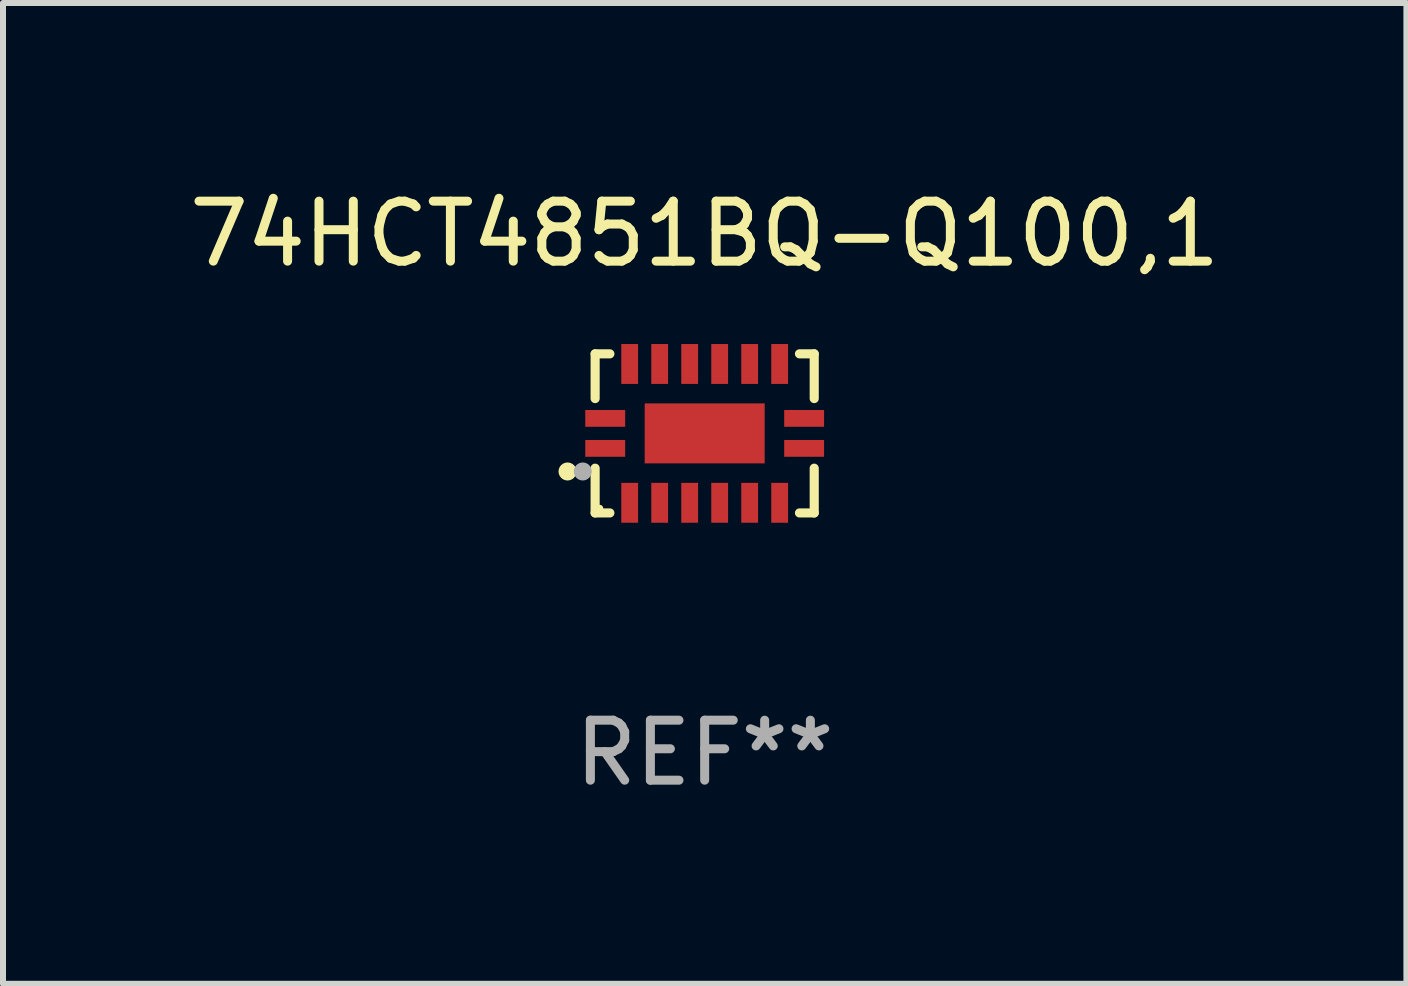
<source format=kicad_pcb>
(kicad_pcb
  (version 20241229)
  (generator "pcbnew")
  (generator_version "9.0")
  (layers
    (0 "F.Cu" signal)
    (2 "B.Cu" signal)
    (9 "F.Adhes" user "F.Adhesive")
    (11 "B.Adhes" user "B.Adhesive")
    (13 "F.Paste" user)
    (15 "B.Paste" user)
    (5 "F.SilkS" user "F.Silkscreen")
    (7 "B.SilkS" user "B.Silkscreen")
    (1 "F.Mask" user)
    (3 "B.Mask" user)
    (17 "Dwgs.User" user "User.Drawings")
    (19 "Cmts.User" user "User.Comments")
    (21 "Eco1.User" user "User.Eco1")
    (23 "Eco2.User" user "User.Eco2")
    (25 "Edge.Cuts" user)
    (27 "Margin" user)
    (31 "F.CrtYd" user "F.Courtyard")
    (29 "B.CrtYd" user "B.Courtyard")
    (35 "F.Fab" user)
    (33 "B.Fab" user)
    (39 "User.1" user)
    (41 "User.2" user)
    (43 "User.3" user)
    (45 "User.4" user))
  (footprint "74HCT4851BQ-Q100,1"
    (layer "F.Cu")
    (at 8.696 4.174)
    (property "Reference" "74HCT4851BQ-Q100,1" (at 0 -3.326 0) (layer "F.SilkS") (effects (font (size 1 1) (thickness 0.15))))
    (attr through_hole)
    (fp_line (start -1.826 -1.326) (end -1.58 -1.326) (stroke (width 0.152) (type solid)) (layer "F.SilkS"))
    (fp_line (start -1.826 -0.58) (end -1.826 -1.326) (stroke (width 0.152) (type solid)) (layer "F.SilkS"))
    (fp_line (start -1.826 0.58) (end -1.826 1.326) (stroke (width 0.152) (type solid)) (layer "F.SilkS"))
    (fp_line (start -1.826 1.326) (end -1.58 1.326) (stroke (width 0.152) (type solid)) (layer "F.SilkS"))
    (fp_line (start 1.826 -1.326) (end 1.58 -1.326) (stroke (width 0.152) (type solid)) (layer "F.SilkS"))
    (fp_line (start 1.826 -0.58) (end 1.826 -1.326) (stroke (width 0.152) (type solid)) (layer "F.SilkS"))
    (fp_line (start 1.826 0.58) (end 1.826 1.326) (stroke (width 0.152) (type solid)) (layer "F.SilkS"))
    (fp_line (start 1.826 1.326) (end 1.58 1.326) (stroke (width 0.152) (type solid)) (layer "F.SilkS"))
    (fp_circle (center -2.286 0.635) (end -2.211 0.635) (stroke (width 0.15) (type solid)) (fill no) (layer "F.SilkS"))
    (fp_circle (center -1.75 1.25) (end -1.72 1.25) (stroke (width 0.06) (type solid)) (fill no) (layer "F.SilkS"))
    (fp_circle (center -2.032 0.635) (end -1.957 0.635) (stroke (width 0.15) (type solid)) (fill no) (layer "F.Fab"))
    (fp_text user "REF**" (at 0 5.326 0) (layer "F.Fab") (effects (font (size 1 1) (thickness 0.15))))
    (pad "1" smd rect (at -1.658 0.25) (size 0.665 0.28) (layers "F.Cu" "F.Mask" "F.Paste"))
    (pad "2" smd rect (at -1.25 1.157) (size 0.28 0.665) (layers "F.Cu" "F.Mask" "F.Paste"))
    (pad "3" smd rect (at -0.75 1.157) (size 0.28 0.665) (layers "F.Cu" "F.Mask" "F.Paste"))
    (pad "4" smd rect (at -0.25 1.157) (size 0.28 0.665) (layers "F.Cu" "F.Mask" "F.Paste"))
    (pad "5" smd rect (at 0.25 1.157) (size 0.28 0.665) (layers "F.Cu" "F.Mask" "F.Paste"))
    (pad "6" smd rect (at 0.75 1.157) (size 0.28 0.665) (layers "F.Cu" "F.Mask" "F.Paste"))
    (pad "7" smd rect (at 1.25 1.157) (size 0.28 0.665) (layers "F.Cu" "F.Mask" "F.Paste"))
    (pad "8" smd rect (at 1.658 0.25) (size 0.665 0.28) (layers "F.Cu" "F.Mask" "F.Paste"))
    (pad "9" smd rect (at 1.658 -0.25) (size 0.665 0.28) (layers "F.Cu" "F.Mask" "F.Paste"))
    (pad "10" smd rect (at 1.25 -1.157) (size 0.28 0.665) (layers "F.Cu" "F.Mask" "F.Paste"))
    (pad "11" smd rect (at 0.75 -1.157) (size 0.28 0.665) (layers "F.Cu" "F.Mask" "F.Paste"))
    (pad "12" smd rect (at 0.25 -1.157) (size 0.28 0.665) (layers "F.Cu" "F.Mask" "F.Paste"))
    (pad "13" smd rect (at -0.25 -1.157) (size 0.28 0.665) (layers "F.Cu" "F.Mask" "F.Paste"))
    (pad "14" smd rect (at -0.75 -1.157) (size 0.28 0.665) (layers "F.Cu" "F.Mask" "F.Paste"))
    (pad "15" smd rect (at -1.25 -1.157) (size 0.28 0.665) (layers "F.Cu" "F.Mask" "F.Paste"))
    (pad "16" smd rect (at -1.658 -0.25) (size 0.665 0.28) (layers "F.Cu" "F.Mask" "F.Paste"))
    (pad "17" smd rect (at 0 0) (size 2 1) (layers "F.Cu" "F.Mask" "F.Paste")))
  (gr_rect
    (start -3 -3)
    (end 20.393 13.349)
    (stroke (width 0.1) (type default))
    (fill no)
    (layer "Edge.Cuts")))
</source>
